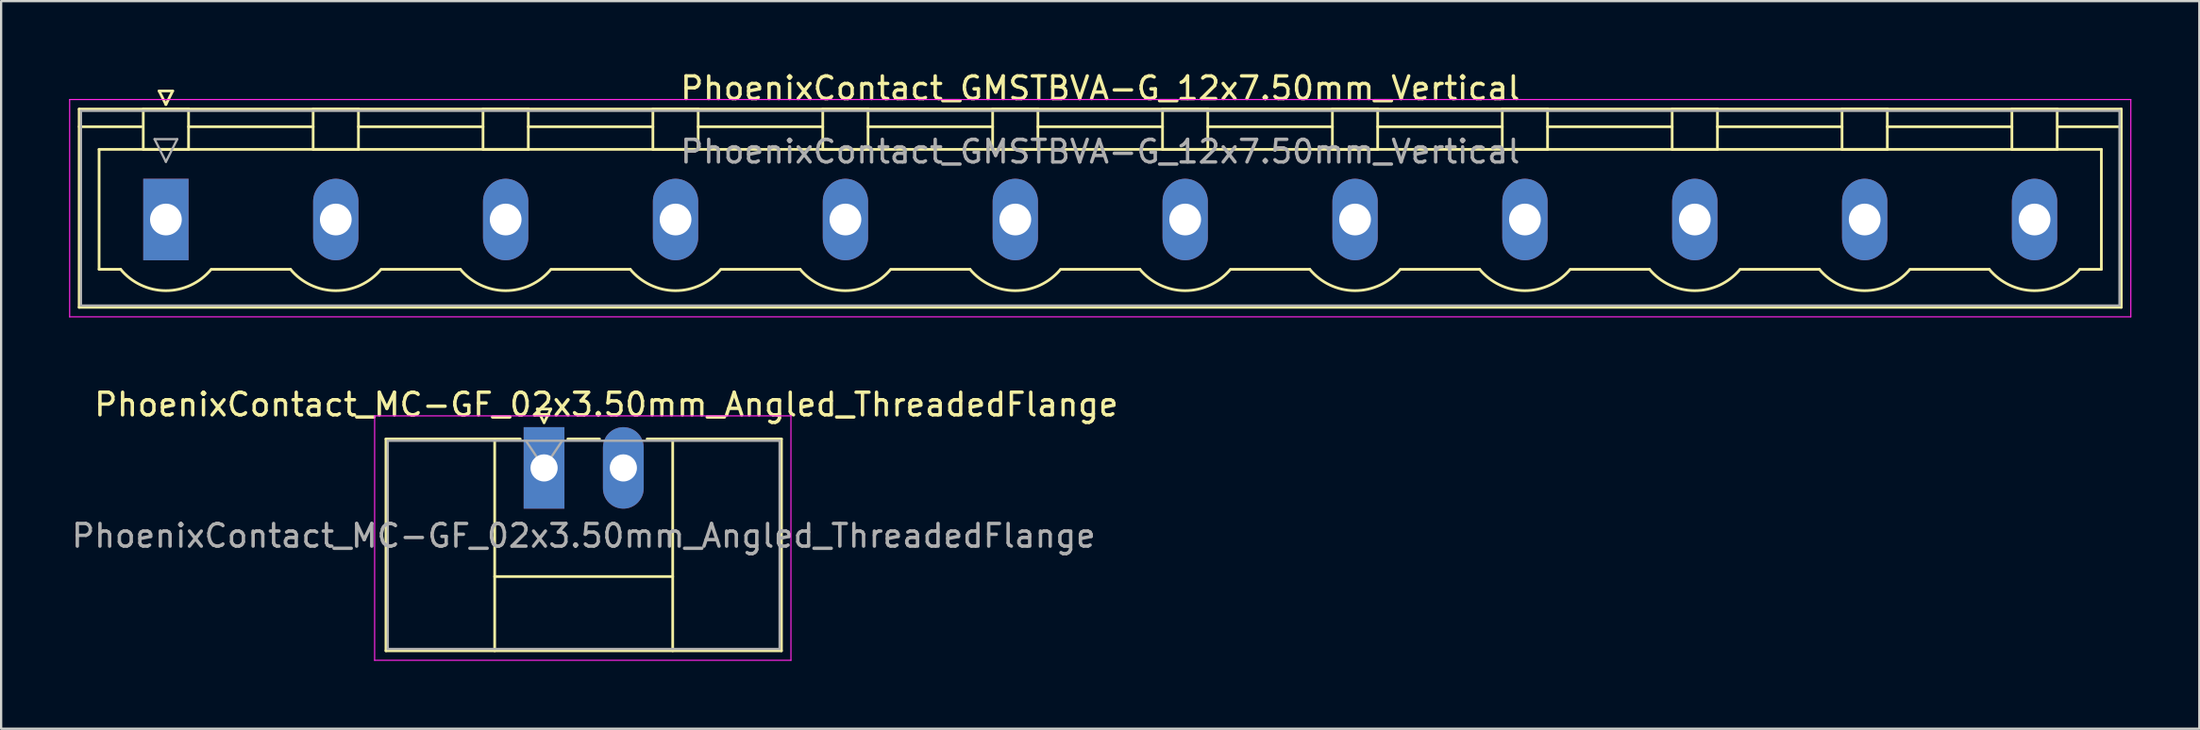
<source format=kicad_pcb>
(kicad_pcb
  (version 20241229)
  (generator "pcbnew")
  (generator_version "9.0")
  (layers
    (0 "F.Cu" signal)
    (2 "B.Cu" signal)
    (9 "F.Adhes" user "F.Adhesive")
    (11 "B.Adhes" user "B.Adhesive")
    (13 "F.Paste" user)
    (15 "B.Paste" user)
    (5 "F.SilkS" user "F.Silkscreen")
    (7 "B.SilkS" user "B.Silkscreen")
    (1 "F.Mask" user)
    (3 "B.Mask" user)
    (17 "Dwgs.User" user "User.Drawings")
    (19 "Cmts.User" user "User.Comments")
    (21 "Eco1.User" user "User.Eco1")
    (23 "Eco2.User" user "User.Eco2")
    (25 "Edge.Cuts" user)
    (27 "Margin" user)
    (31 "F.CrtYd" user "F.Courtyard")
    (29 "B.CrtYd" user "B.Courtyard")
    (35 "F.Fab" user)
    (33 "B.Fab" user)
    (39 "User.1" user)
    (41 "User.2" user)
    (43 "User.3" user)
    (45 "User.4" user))
  (footprint "PhoenixContact_GMSTBVA-G_12x7.50mm_Vertical"
    (layer "F.Cu")
    (at 4.275 6.648)
    (property "Reference" "PhoenixContact_GMSTBVA-G_12x7.50mm_Vertical" (at 41.25 -5.8 0) (layer "F.SilkS") (effects (font (size 1 1) (thickness 0.15))))
    (attr through_hole)
    (fp_line (start -3.83 -4.88) (end -3.83 3.88) (stroke (width 0.12) (type solid)) (layer "F.SilkS"))
    (fp_line (start -3.83 -4.1) (end -1.08 -4.1) (stroke (width 0.12) (type solid)) (layer "F.SilkS"))
    (fp_line (start -3.83 3.88) (end 86.33 3.88) (stroke (width 0.12) (type solid)) (layer "F.SilkS"))
    (fp_line (start -2.95 -3.1) (end 85.45 -3.1) (stroke (width 0.12) (type solid)) (layer "F.SilkS"))
    (fp_line (start -2.95 2.2) (end -2.95 -3.1) (stroke (width 0.12) (type solid)) (layer "F.SilkS"))
    (fp_line (start -2 2.2) (end -2.95 2.2) (stroke (width 0.12) (type solid)) (layer "F.SilkS"))
    (fp_line (start -1 -4.88) (end 1 -4.88) (stroke (width 0.12) (type solid)) (layer "F.SilkS"))
    (fp_line (start -1 -3.1) (end -1 -4.88) (stroke (width 0.12) (type solid)) (layer "F.SilkS"))
    (fp_line (start -0.3 -5.68) (end 0.3 -5.68) (stroke (width 0.12) (type solid)) (layer "F.SilkS"))
    (fp_line (start 0 -5.08) (end -0.3 -5.68) (stroke (width 0.12) (type solid)) (layer "F.SilkS"))
    (fp_line (start 0.3 -5.68) (end 0 -5.08) (stroke (width 0.12) (type solid)) (layer "F.SilkS"))
    (fp_line (start 1 -4.88) (end 1 -3.1) (stroke (width 0.12) (type solid)) (layer "F.SilkS"))
    (fp_line (start 1 -4.1) (end 6.5 -4.1) (stroke (width 0.12) (type solid)) (layer "F.SilkS"))
    (fp_line (start 1 -3.1) (end -1 -3.1) (stroke (width 0.12) (type solid)) (layer "F.SilkS"))
    (fp_line (start 2 2.2) (end 5.5 2.2) (stroke (width 0.12) (type solid)) (layer "F.SilkS"))
    (fp_line (start 6.5 -4.88) (end 8.5 -4.88) (stroke (width 0.12) (type solid)) (layer "F.SilkS"))
    (fp_line (start 6.5 -3.1) (end 6.5 -4.88) (stroke (width 0.12) (type solid)) (layer "F.SilkS"))
    (fp_line (start 8.5 -4.88) (end 8.5 -3.1) (stroke (width 0.12) (type solid)) (layer "F.SilkS"))
    (fp_line (start 8.5 -4.1) (end 14 -4.1) (stroke (width 0.12) (type solid)) (layer "F.SilkS"))
    (fp_line (start 8.5 -3.1) (end 6.5 -3.1) (stroke (width 0.12) (type solid)) (layer "F.SilkS"))
    (fp_line (start 9.5 2.2) (end 13 2.2) (stroke (width 0.12) (type solid)) (layer "F.SilkS"))
    (fp_line (start 14 -4.88) (end 16 -4.88) (stroke (width 0.12) (type solid)) (layer "F.SilkS"))
    (fp_line (start 14 -3.1) (end 14 -4.88) (stroke (width 0.12) (type solid)) (layer "F.SilkS"))
    (fp_line (start 16 -4.88) (end 16 -3.1) (stroke (width 0.12) (type solid)) (layer "F.SilkS"))
    (fp_line (start 16 -4.1) (end 21.5 -4.1) (stroke (width 0.12) (type solid)) (layer "F.SilkS"))
    (fp_line (start 16 -3.1) (end 14 -3.1) (stroke (width 0.12) (type solid)) (layer "F.SilkS"))
    (fp_line (start 17 2.2) (end 20.5 2.2) (stroke (width 0.12) (type solid)) (layer "F.SilkS"))
    (fp_line (start 21.5 -4.88) (end 23.5 -4.88) (stroke (width 0.12) (type solid)) (layer "F.SilkS"))
    (fp_line (start 21.5 -3.1) (end 21.5 -4.88) (stroke (width 0.12) (type solid)) (layer "F.SilkS"))
    (fp_line (start 23.5 -4.88) (end 23.5 -3.1) (stroke (width 0.12) (type solid)) (layer "F.SilkS"))
    (fp_line (start 23.5 -4.1) (end 29 -4.1) (stroke (width 0.12) (type solid)) (layer "F.SilkS"))
    (fp_line (start 23.5 -3.1) (end 21.5 -3.1) (stroke (width 0.12) (type solid)) (layer "F.SilkS"))
    (fp_line (start 24.5 2.2) (end 28 2.2) (stroke (width 0.12) (type solid)) (layer "F.SilkS"))
    (fp_line (start 29 -4.88) (end 31 -4.88) (stroke (width 0.12) (type solid)) (layer "F.SilkS"))
    (fp_line (start 29 -3.1) (end 29 -4.88) (stroke (width 0.12) (type solid)) (layer "F.SilkS"))
    (fp_line (start 31 -4.88) (end 31 -3.1) (stroke (width 0.12) (type solid)) (layer "F.SilkS"))
    (fp_line (start 31 -4.1) (end 36.5 -4.1) (stroke (width 0.12) (type solid)) (layer "F.SilkS"))
    (fp_line (start 31 -3.1) (end 29 -3.1) (stroke (width 0.12) (type solid)) (layer "F.SilkS"))
    (fp_line (start 32 2.2) (end 35.5 2.2) (stroke (width 0.12) (type solid)) (layer "F.SilkS"))
    (fp_line (start 36.5 -4.88) (end 38.5 -4.88) (stroke (width 0.12) (type solid)) (layer "F.SilkS"))
    (fp_line (start 36.5 -3.1) (end 36.5 -4.88) (stroke (width 0.12) (type solid)) (layer "F.SilkS"))
    (fp_line (start 38.5 -4.88) (end 38.5 -3.1) (stroke (width 0.12) (type solid)) (layer "F.SilkS"))
    (fp_line (start 38.5 -4.1) (end 44 -4.1) (stroke (width 0.12) (type solid)) (layer "F.SilkS"))
    (fp_line (start 38.5 -3.1) (end 36.5 -3.1) (stroke (width 0.12) (type solid)) (layer "F.SilkS"))
    (fp_line (start 39.5 2.2) (end 43 2.2) (stroke (width 0.12) (type solid)) (layer "F.SilkS"))
    (fp_line (start 44 -4.88) (end 46 -4.88) (stroke (width 0.12) (type solid)) (layer "F.SilkS"))
    (fp_line (start 44 -3.1) (end 44 -4.88) (stroke (width 0.12) (type solid)) (layer "F.SilkS"))
    (fp_line (start 46 -4.88) (end 46 -3.1) (stroke (width 0.12) (type solid)) (layer "F.SilkS"))
    (fp_line (start 46 -4.1) (end 51.5 -4.1) (stroke (width 0.12) (type solid)) (layer "F.SilkS"))
    (fp_line (start 46 -3.1) (end 44 -3.1) (stroke (width 0.12) (type solid)) (layer "F.SilkS"))
    (fp_line (start 47 2.2) (end 50.5 2.2) (stroke (width 0.12) (type solid)) (layer "F.SilkS"))
    (fp_line (start 51.5 -4.88) (end 53.5 -4.88) (stroke (width 0.12) (type solid)) (layer "F.SilkS"))
    (fp_line (start 51.5 -3.1) (end 51.5 -4.88) (stroke (width 0.12) (type solid)) (layer "F.SilkS"))
    (fp_line (start 53.5 -4.88) (end 53.5 -3.1) (stroke (width 0.12) (type solid)) (layer "F.SilkS"))
    (fp_line (start 53.5 -4.1) (end 59 -4.1) (stroke (width 0.12) (type solid)) (layer "F.SilkS"))
    (fp_line (start 53.5 -3.1) (end 51.5 -3.1) (stroke (width 0.12) (type solid)) (layer "F.SilkS"))
    (fp_line (start 54.5 2.2) (end 58 2.2) (stroke (width 0.12) (type solid)) (layer "F.SilkS"))
    (fp_line (start 59 -4.88) (end 61 -4.88) (stroke (width 0.12) (type solid)) (layer "F.SilkS"))
    (fp_line (start 59 -3.1) (end 59 -4.88) (stroke (width 0.12) (type solid)) (layer "F.SilkS"))
    (fp_line (start 61 -4.88) (end 61 -3.1) (stroke (width 0.12) (type solid)) (layer "F.SilkS"))
    (fp_line (start 61 -4.1) (end 66.5 -4.1) (stroke (width 0.12) (type solid)) (layer "F.SilkS"))
    (fp_line (start 61 -3.1) (end 59 -3.1) (stroke (width 0.12) (type solid)) (layer "F.SilkS"))
    (fp_line (start 62 2.2) (end 65.5 2.2) (stroke (width 0.12) (type solid)) (layer "F.SilkS"))
    (fp_line (start 66.5 -4.88) (end 68.5 -4.88) (stroke (width 0.12) (type solid)) (layer "F.SilkS"))
    (fp_line (start 66.5 -3.1) (end 66.5 -4.88) (stroke (width 0.12) (type solid)) (layer "F.SilkS"))
    (fp_line (start 68.5 -4.88) (end 68.5 -3.1) (stroke (width 0.12) (type solid)) (layer "F.SilkS"))
    (fp_line (start 68.5 -4.1) (end 74 -4.1) (stroke (width 0.12) (type solid)) (layer "F.SilkS"))
    (fp_line (start 68.5 -3.1) (end 66.5 -3.1) (stroke (width 0.12) (type solid)) (layer "F.SilkS"))
    (fp_line (start 69.5 2.2) (end 73 2.2) (stroke (width 0.12) (type solid)) (layer "F.SilkS"))
    (fp_line (start 74 -4.88) (end 76 -4.88) (stroke (width 0.12) (type solid)) (layer "F.SilkS"))
    (fp_line (start 74 -3.1) (end 74 -4.88) (stroke (width 0.12) (type solid)) (layer "F.SilkS"))
    (fp_line (start 76 -4.88) (end 76 -3.1) (stroke (width 0.12) (type solid)) (layer "F.SilkS"))
    (fp_line (start 76 -4.1) (end 81.5 -4.1) (stroke (width 0.12) (type solid)) (layer "F.SilkS"))
    (fp_line (start 76 -3.1) (end 74 -3.1) (stroke (width 0.12) (type solid)) (layer "F.SilkS"))
    (fp_line (start 77 2.2) (end 80.5 2.2) (stroke (width 0.12) (type solid)) (layer "F.SilkS"))
    (fp_line (start 81.5 -4.88) (end 83.5 -4.88) (stroke (width 0.12) (type solid)) (layer "F.SilkS"))
    (fp_line (start 81.5 -3.1) (end 81.5 -4.88) (stroke (width 0.12) (type solid)) (layer "F.SilkS"))
    (fp_line (start 83.5 -4.88) (end 83.5 -3.1) (stroke (width 0.12) (type solid)) (layer "F.SilkS"))
    (fp_line (start 83.5 -3.1) (end 81.5 -3.1) (stroke (width 0.12) (type solid)) (layer "F.SilkS"))
    (fp_line (start 85.45 -3.1) (end 85.45 2.2) (stroke (width 0.12) (type solid)) (layer "F.SilkS"))
    (fp_line (start 85.45 2.2) (end 84.5 2.2) (stroke (width 0.12) (type solid)) (layer "F.SilkS"))
    (fp_line (start 86.33 -4.88) (end -3.83 -4.88) (stroke (width 0.12) (type solid)) (layer "F.SilkS"))
    (fp_line (start 86.33 -4.1) (end 83.58 -4.1) (stroke (width 0.12) (type solid)) (layer "F.SilkS"))
    (fp_line (start 86.33 3.88) (end 86.33 -4.88) (stroke (width 0.12) (type solid)) (layer "F.SilkS"))
    (fp_arc (start 1.986842 2.215821) (mid -0.010289 3.142758) (end -2 2.2) (stroke (width 0.12) (type solid)) (layer "F.SilkS"))
    (fp_arc (start 9.486842 2.215821) (mid 7.489711 3.142758) (end 5.5 2.2) (stroke (width 0.12) (type solid)) (layer "F.SilkS"))
    (fp_arc (start 16.986842 2.215821) (mid 14.989711 3.142758) (end 13 2.2) (stroke (width 0.12) (type solid)) (layer "F.SilkS"))
    (fp_arc (start 24.486842 2.215821) (mid 22.489711 3.142758) (end 20.5 2.2) (stroke (width 0.12) (type solid)) (layer "F.SilkS"))
    (fp_arc (start 31.986842 2.215821) (mid 29.989711 3.142758) (end 28 2.2) (stroke (width 0.12) (type solid)) (layer "F.SilkS"))
    (fp_arc (start 39.486842 2.215821) (mid 37.489711 3.142758) (end 35.5 2.2) (stroke (width 0.12) (type solid)) (layer "F.SilkS"))
    (fp_arc (start 46.986842 2.215821) (mid 44.989711 3.142758) (end 43 2.2) (stroke (width 0.12) (type solid)) (layer "F.SilkS"))
    (fp_arc (start 54.486842 2.215821) (mid 52.489711 3.142758) (end 50.5 2.2) (stroke (width 0.12) (type solid)) (layer "F.SilkS"))
    (fp_arc (start 61.986842 2.215821) (mid 59.989711 3.142758) (end 58 2.2) (stroke (width 0.12) (type solid)) (layer "F.SilkS"))
    (fp_arc (start 69.486842 2.215821) (mid 67.489711 3.142758) (end 65.5 2.2) (stroke (width 0.12) (type solid)) (layer "F.SilkS"))
    (fp_arc (start 76.986842 2.215821) (mid 74.989711 3.142758) (end 73 2.2) (stroke (width 0.12) (type solid)) (layer "F.SilkS"))
    (fp_arc (start 84.486842 2.215821) (mid 82.489711 3.142758) (end 80.5 2.2) (stroke (width 0.12) (type solid)) (layer "F.SilkS"))
    (fp_line (start -4.25 -5.3) (end -4.25 4.3) (stroke (width 0.05) (type solid)) (layer "F.CrtYd"))
    (fp_line (start -4.25 4.3) (end 86.75 4.3) (stroke (width 0.05) (type solid)) (layer "F.CrtYd"))
    (fp_line (start 86.75 -5.3) (end -4.25 -5.3) (stroke (width 0.05) (type solid)) (layer "F.CrtYd"))
    (fp_line (start 86.75 4.3) (end 86.75 -5.3) (stroke (width 0.05) (type solid)) (layer "F.CrtYd"))
    (fp_line (start -3.75 -4.8) (end -3.75 3.8) (stroke (width 0.1) (type solid)) (layer "F.Fab"))
    (fp_line (start -3.75 3.8) (end 86.25 3.8) (stroke (width 0.1) (type solid)) (layer "F.Fab"))
    (fp_line (start -0.5 -3.55) (end 0.5 -3.55) (stroke (width 0.1) (type solid)) (layer "F.Fab"))
    (fp_line (start 0 -2.55) (end -0.5 -3.55) (stroke (width 0.1) (type solid)) (layer "F.Fab"))
    (fp_line (start 0.5 -3.55) (end 0 -2.55) (stroke (width 0.1) (type solid)) (layer "F.Fab"))
    (fp_line (start 86.25 -4.8) (end -3.75 -4.8) (stroke (width 0.1) (type solid)) (layer "F.Fab"))
    (fp_line (start 86.25 3.8) (end 86.25 -4.8) (stroke (width 0.1) (type solid)) (layer "F.Fab"))
    (fp_text user "${REFERENCE}" (at 41.25 -3 0) (layer "F.Fab") (effects (font (size 1 1) (thickness 0.15))))
    (pad "1" thru_hole rect (at 0 0) (size 2 3.6) (drill 1.4) (layers "*.Cu" "*.Mask"))
    (pad "2" thru_hole oval (at 7.5 0) (size 2 3.6) (drill 1.4) (layers "*.Cu" "*.Mask"))
    (pad "3" thru_hole oval (at 15 0) (size 2 3.6) (drill 1.4) (layers "*.Cu" "*.Mask"))
    (pad "4" thru_hole oval (at 22.5 0) (size 2 3.6) (drill 1.4) (layers "*.Cu" "*.Mask"))
    (pad "5" thru_hole oval (at 30 0) (size 2 3.6) (drill 1.4) (layers "*.Cu" "*.Mask"))
    (pad "6" thru_hole oval (at 37.5 0) (size 2 3.6) (drill 1.4) (layers "*.Cu" "*.Mask"))
    (pad "7" thru_hole oval (at 45 0) (size 2 3.6) (drill 1.4) (layers "*.Cu" "*.Mask"))
    (pad "8" thru_hole oval (at 52.5 0) (size 2 3.6) (drill 1.4) (layers "*.Cu" "*.Mask"))
    (pad "9" thru_hole oval (at 60 0) (size 2 3.6) (drill 1.4) (layers "*.Cu" "*.Mask"))
    (pad "10" thru_hole oval (at 67.5 0) (size 2 3.6) (drill 1.4) (layers "*.Cu" "*.Mask"))
    (pad "11" thru_hole oval (at 75 0) (size 2 3.6) (drill 1.4) (layers "*.Cu" "*.Mask"))
    (pad "12" thru_hole oval (at 82.5 0) (size 2 3.6) (drill 1.4) (layers "*.Cu" "*.Mask")))
  (footprint "PhoenixContact_MC-GF_02x3.50mm_Angled_ThreadedFlange"
    (layer "F.Cu")
    (at 20.97 17.622)
    (property "Reference" "PhoenixContact_MC-GF_02x3.50mm_Angled_ThreadedFlange" (at 2.75 -2.8 0) (layer "F.SilkS") (effects (font (size 1 1) (thickness 0.15))))
    (attr through_hole)
    (fp_line (start -6.98 -1.28) (end -6.98 8.08) (stroke (width 0.12) (type solid)) (layer "F.SilkS"))
    (fp_line (start -6.98 -1.28) (end -1.05 -1.28) (stroke (width 0.12) (type solid)) (layer "F.SilkS"))
    (fp_line (start -6.98 8.08) (end 10.48 8.08) (stroke (width 0.12) (type solid)) (layer "F.SilkS"))
    (fp_line (start -2.18 -1.28) (end -2.18 8.08) (stroke (width 0.12) (type solid)) (layer "F.SilkS"))
    (fp_line (start -2.18 4.8) (end 5.68 4.8) (stroke (width 0.12) (type solid)) (layer "F.SilkS"))
    (fp_line (start -0.3 -2.6) (end 0.3 -2.6) (stroke (width 0.12) (type solid)) (layer "F.SilkS"))
    (fp_line (start 0 -2) (end -0.3 -2.6) (stroke (width 0.12) (type solid)) (layer "F.SilkS"))
    (fp_line (start 0.3 -2.6) (end 0 -2) (stroke (width 0.12) (type solid)) (layer "F.SilkS"))
    (fp_line (start 1.05 -1.28) (end 2.45 -1.28) (stroke (width 0.12) (type solid)) (layer "F.SilkS"))
    (fp_line (start 5.68 -1.28) (end 5.68 8.08) (stroke (width 0.12) (type solid)) (layer "F.SilkS"))
    (fp_line (start 10.48 -1.28) (end 4.55 -1.28) (stroke (width 0.12) (type solid)) (layer "F.SilkS"))
    (fp_line (start 10.48 8.08) (end 10.48 -1.28) (stroke (width 0.12) (type solid)) (layer "F.SilkS"))
    (fp_line (start -7.48 -2.3) (end -7.48 8.5) (stroke (width 0.05) (type solid)) (layer "F.CrtYd"))
    (fp_line (start -7.48 8.5) (end 10.9 8.5) (stroke (width 0.05) (type solid)) (layer "F.CrtYd"))
    (fp_line (start 10.9 -2.3) (end -7.48 -2.3) (stroke (width 0.05) (type solid)) (layer "F.CrtYd"))
    (fp_line (start 10.9 8.5) (end 10.9 -2.3) (stroke (width 0.05) (type solid)) (layer "F.CrtYd"))
    (fp_line (start -6.9 -1.2) (end -6.9 8) (stroke (width 0.1) (type solid)) (layer "F.Fab"))
    (fp_line (start -6.9 8) (end 10.4 8) (stroke (width 0.1) (type solid)) (layer "F.Fab"))
    (fp_line (start 0 0) (end -0.8 -1.2) (stroke (width 0.1) (type solid)) (layer "F.Fab"))
    (fp_line (start 0.8 -1.2) (end 0 0) (stroke (width 0.1) (type solid)) (layer "F.Fab"))
    (fp_line (start 10.4 -1.2) (end -6.9 -1.2) (stroke (width 0.1) (type solid)) (layer "F.Fab"))
    (fp_line (start 10.4 8) (end 10.4 -1.2) (stroke (width 0.1) (type solid)) (layer "F.Fab"))
    (fp_text user "${REFERENCE}" (at 1.75 3 0) (layer "F.Fab") (effects (font (size 1 1) (thickness 0.15))))
    (pad "1" thru_hole rect (at 0 0) (size 1.8 3.6) (drill 1.2) (layers "*.Cu" "*.Mask"))
    (pad "2" thru_hole oval (at 3.5 0) (size 1.8 3.6) (drill 1.2) (layers "*.Cu" "*.Mask")))
  (gr_rect
    (start -3 -3)
    (end 94.05 29.146)
    (stroke (width 0.1) (type default))
    (fill no)
    (layer "Edge.Cuts")))
</source>
